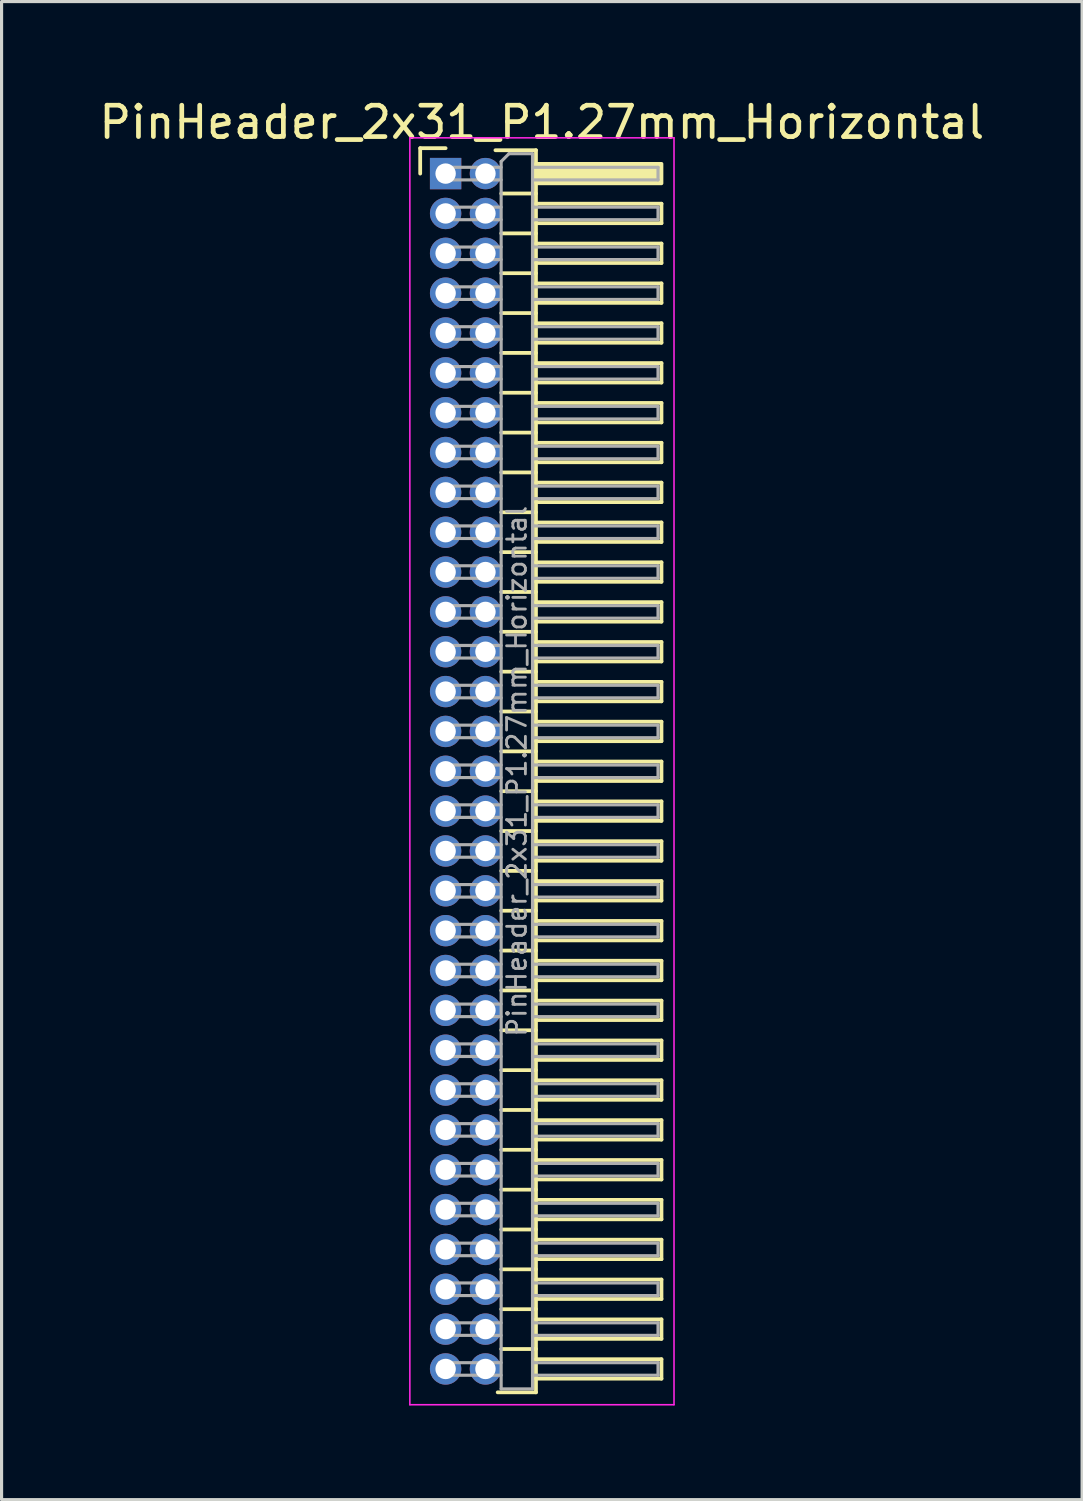
<source format=kicad_pcb>
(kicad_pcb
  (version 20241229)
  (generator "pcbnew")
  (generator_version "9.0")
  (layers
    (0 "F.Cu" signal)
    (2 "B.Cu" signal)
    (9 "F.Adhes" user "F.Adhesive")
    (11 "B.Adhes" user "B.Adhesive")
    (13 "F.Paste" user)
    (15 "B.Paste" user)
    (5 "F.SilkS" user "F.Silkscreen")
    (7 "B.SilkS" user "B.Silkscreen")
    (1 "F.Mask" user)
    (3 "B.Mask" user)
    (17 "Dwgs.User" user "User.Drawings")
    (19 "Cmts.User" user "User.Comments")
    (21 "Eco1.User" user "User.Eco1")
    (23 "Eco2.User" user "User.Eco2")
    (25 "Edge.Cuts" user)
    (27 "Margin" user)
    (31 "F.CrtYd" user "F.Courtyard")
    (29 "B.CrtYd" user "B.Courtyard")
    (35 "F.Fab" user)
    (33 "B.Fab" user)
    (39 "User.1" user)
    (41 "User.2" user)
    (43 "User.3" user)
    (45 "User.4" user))
  (footprint "PinHeader_2x31_P1.27mm_Horizontal"
    (layer "F.Cu")
    (at 11.153 2.483)
    (property "Reference" "PinHeader_2x31_P1.27mm_Horizontal" (at 3.067 -1.635 0) (layer "F.SilkS") (effects (font (size 1 1) (thickness 0.15))))
    (attr through_hole)
    (fp_line (start -0.81 -0.81) (end 0 -0.81) (stroke (width 0.12) (type solid)) (layer "F.SilkS"))
    (fp_line (start -0.81 0) (end -0.81 -0.81) (stroke (width 0.12) (type solid)) (layer "F.SilkS"))
    (fp_line (start 1.588 -0.745) (end 2.88 -0.745) (stroke (width 0.12) (type solid)) (layer "F.SilkS"))
    (fp_line (start 1.773 0.635) (end 2.88 0.635) (stroke (width 0.12) (type solid)) (layer "F.SilkS"))
    (fp_line (start 1.773 1.905) (end 2.88 1.905) (stroke (width 0.12) (type solid)) (layer "F.SilkS"))
    (fp_line (start 1.773 3.175) (end 2.88 3.175) (stroke (width 0.12) (type solid)) (layer "F.SilkS"))
    (fp_line (start 1.773 4.445) (end 2.88 4.445) (stroke (width 0.12) (type solid)) (layer "F.SilkS"))
    (fp_line (start 1.773 5.715) (end 2.88 5.715) (stroke (width 0.12) (type solid)) (layer "F.SilkS"))
    (fp_line (start 1.773 6.985) (end 2.88 6.985) (stroke (width 0.12) (type solid)) (layer "F.SilkS"))
    (fp_line (start 1.773 8.255) (end 2.88 8.255) (stroke (width 0.12) (type solid)) (layer "F.SilkS"))
    (fp_line (start 1.773 9.525) (end 2.88 9.525) (stroke (width 0.12) (type solid)) (layer "F.SilkS"))
    (fp_line (start 1.773 10.795) (end 2.88 10.795) (stroke (width 0.12) (type solid)) (layer "F.SilkS"))
    (fp_line (start 1.773 12.065) (end 2.88 12.065) (stroke (width 0.12) (type solid)) (layer "F.SilkS"))
    (fp_line (start 1.773 13.335) (end 2.88 13.335) (stroke (width 0.12) (type solid)) (layer "F.SilkS"))
    (fp_line (start 1.773 14.605) (end 2.88 14.605) (stroke (width 0.12) (type solid)) (layer "F.SilkS"))
    (fp_line (start 1.773 15.875) (end 2.88 15.875) (stroke (width 0.12) (type solid)) (layer "F.SilkS"))
    (fp_line (start 1.773 17.145) (end 2.88 17.145) (stroke (width 0.12) (type solid)) (layer "F.SilkS"))
    (fp_line (start 1.773 18.415) (end 2.88 18.415) (stroke (width 0.12) (type solid)) (layer "F.SilkS"))
    (fp_line (start 1.773 19.685) (end 2.88 19.685) (stroke (width 0.12) (type solid)) (layer "F.SilkS"))
    (fp_line (start 1.773 20.955) (end 2.88 20.955) (stroke (width 0.12) (type solid)) (layer "F.SilkS"))
    (fp_line (start 1.773 22.225) (end 2.88 22.225) (stroke (width 0.12) (type solid)) (layer "F.SilkS"))
    (fp_line (start 1.773 23.495) (end 2.88 23.495) (stroke (width 0.12) (type solid)) (layer "F.SilkS"))
    (fp_line (start 1.773 24.765) (end 2.88 24.765) (stroke (width 0.12) (type solid)) (layer "F.SilkS"))
    (fp_line (start 1.773 26.035) (end 2.88 26.035) (stroke (width 0.12) (type solid)) (layer "F.SilkS"))
    (fp_line (start 1.773 27.305) (end 2.88 27.305) (stroke (width 0.12) (type solid)) (layer "F.SilkS"))
    (fp_line (start 1.773 28.575) (end 2.88 28.575) (stroke (width 0.12) (type solid)) (layer "F.SilkS"))
    (fp_line (start 1.773 29.845) (end 2.88 29.845) (stroke (width 0.12) (type solid)) (layer "F.SilkS"))
    (fp_line (start 1.773 31.115) (end 2.88 31.115) (stroke (width 0.12) (type solid)) (layer "F.SilkS"))
    (fp_line (start 1.773 32.385) (end 2.88 32.385) (stroke (width 0.12) (type solid)) (layer "F.SilkS"))
    (fp_line (start 1.773 33.655) (end 2.88 33.655) (stroke (width 0.12) (type solid)) (layer "F.SilkS"))
    (fp_line (start 1.773 34.925) (end 2.88 34.925) (stroke (width 0.12) (type solid)) (layer "F.SilkS"))
    (fp_line (start 1.773 36.195) (end 2.88 36.195) (stroke (width 0.12) (type solid)) (layer "F.SilkS"))
    (fp_line (start 1.773 37.465) (end 2.88 37.465) (stroke (width 0.12) (type solid)) (layer "F.SilkS"))
    (fp_line (start 2.88 -0.745) (end 2.88 38.845) (stroke (width 0.12) (type solid)) (layer "F.SilkS"))
    (fp_line (start 2.88 0.96) (end 6.88 0.96) (stroke (width 0.12) (type solid)) (layer "F.SilkS"))
    (fp_line (start 2.88 2.23) (end 6.88 2.23) (stroke (width 0.12) (type solid)) (layer "F.SilkS"))
    (fp_line (start 2.88 3.5) (end 6.88 3.5) (stroke (width 0.12) (type solid)) (layer "F.SilkS"))
    (fp_line (start 2.88 4.77) (end 6.88 4.77) (stroke (width 0.12) (type solid)) (layer "F.SilkS"))
    (fp_line (start 2.88 6.04) (end 6.88 6.04) (stroke (width 0.12) (type solid)) (layer "F.SilkS"))
    (fp_line (start 2.88 7.31) (end 6.88 7.31) (stroke (width 0.12) (type solid)) (layer "F.SilkS"))
    (fp_line (start 2.88 8.58) (end 6.88 8.58) (stroke (width 0.12) (type solid)) (layer "F.SilkS"))
    (fp_line (start 2.88 9.85) (end 6.88 9.85) (stroke (width 0.12) (type solid)) (layer "F.SilkS"))
    (fp_line (start 2.88 11.12) (end 6.88 11.12) (stroke (width 0.12) (type solid)) (layer "F.SilkS"))
    (fp_line (start 2.88 12.39) (end 6.88 12.39) (stroke (width 0.12) (type solid)) (layer "F.SilkS"))
    (fp_line (start 2.88 13.66) (end 6.88 13.66) (stroke (width 0.12) (type solid)) (layer "F.SilkS"))
    (fp_line (start 2.88 14.93) (end 6.88 14.93) (stroke (width 0.12) (type solid)) (layer "F.SilkS"))
    (fp_line (start 2.88 16.2) (end 6.88 16.2) (stroke (width 0.12) (type solid)) (layer "F.SilkS"))
    (fp_line (start 2.88 17.47) (end 6.88 17.47) (stroke (width 0.12) (type solid)) (layer "F.SilkS"))
    (fp_line (start 2.88 18.74) (end 6.88 18.74) (stroke (width 0.12) (type solid)) (layer "F.SilkS"))
    (fp_line (start 2.88 20.01) (end 6.88 20.01) (stroke (width 0.12) (type solid)) (layer "F.SilkS"))
    (fp_line (start 2.88 21.28) (end 6.88 21.28) (stroke (width 0.12) (type solid)) (layer "F.SilkS"))
    (fp_line (start 2.88 22.55) (end 6.88 22.55) (stroke (width 0.12) (type solid)) (layer "F.SilkS"))
    (fp_line (start 2.88 23.82) (end 6.88 23.82) (stroke (width 0.12) (type solid)) (layer "F.SilkS"))
    (fp_line (start 2.88 25.09) (end 6.88 25.09) (stroke (width 0.12) (type solid)) (layer "F.SilkS"))
    (fp_line (start 2.88 26.36) (end 6.88 26.36) (stroke (width 0.12) (type solid)) (layer "F.SilkS"))
    (fp_line (start 2.88 27.63) (end 6.88 27.63) (stroke (width 0.12) (type solid)) (layer "F.SilkS"))
    (fp_line (start 2.88 28.9) (end 6.88 28.9) (stroke (width 0.12) (type solid)) (layer "F.SilkS"))
    (fp_line (start 2.88 30.17) (end 6.88 30.17) (stroke (width 0.12) (type solid)) (layer "F.SilkS"))
    (fp_line (start 2.88 31.44) (end 6.88 31.44) (stroke (width 0.12) (type solid)) (layer "F.SilkS"))
    (fp_line (start 2.88 32.71) (end 6.88 32.71) (stroke (width 0.12) (type solid)) (layer "F.SilkS"))
    (fp_line (start 2.88 33.98) (end 6.88 33.98) (stroke (width 0.12) (type solid)) (layer "F.SilkS"))
    (fp_line (start 2.88 35.25) (end 6.88 35.25) (stroke (width 0.12) (type solid)) (layer "F.SilkS"))
    (fp_line (start 2.88 36.52) (end 6.88 36.52) (stroke (width 0.12) (type solid)) (layer "F.SilkS"))
    (fp_line (start 2.88 37.79) (end 6.88 37.79) (stroke (width 0.12) (type solid)) (layer "F.SilkS"))
    (fp_line (start 2.88 38.845) (end 1.66 38.845) (stroke (width 0.12) (type solid)) (layer "F.SilkS"))
    (fp_line (start 6.88 0.96) (end 6.88 1.58) (stroke (width 0.12) (type solid)) (layer "F.SilkS"))
    (fp_line (start 6.88 1.58) (end 2.88 1.58) (stroke (width 0.12) (type solid)) (layer "F.SilkS"))
    (fp_line (start 6.88 2.23) (end 6.88 2.85) (stroke (width 0.12) (type solid)) (layer "F.SilkS"))
    (fp_line (start 6.88 2.85) (end 2.88 2.85) (stroke (width 0.12) (type solid)) (layer "F.SilkS"))
    (fp_line (start 6.88 3.5) (end 6.88 4.12) (stroke (width 0.12) (type solid)) (layer "F.SilkS"))
    (fp_line (start 6.88 4.12) (end 2.88 4.12) (stroke (width 0.12) (type solid)) (layer "F.SilkS"))
    (fp_line (start 6.88 4.77) (end 6.88 5.39) (stroke (width 0.12) (type solid)) (layer "F.SilkS"))
    (fp_line (start 6.88 5.39) (end 2.88 5.39) (stroke (width 0.12) (type solid)) (layer "F.SilkS"))
    (fp_line (start 6.88 6.04) (end 6.88 6.66) (stroke (width 0.12) (type solid)) (layer "F.SilkS"))
    (fp_line (start 6.88 6.66) (end 2.88 6.66) (stroke (width 0.12) (type solid)) (layer "F.SilkS"))
    (fp_line (start 6.88 7.31) (end 6.88 7.93) (stroke (width 0.12) (type solid)) (layer "F.SilkS"))
    (fp_line (start 6.88 7.93) (end 2.88 7.93) (stroke (width 0.12) (type solid)) (layer "F.SilkS"))
    (fp_line (start 6.88 8.58) (end 6.88 9.2) (stroke (width 0.12) (type solid)) (layer "F.SilkS"))
    (fp_line (start 6.88 9.2) (end 2.88 9.2) (stroke (width 0.12) (type solid)) (layer "F.SilkS"))
    (fp_line (start 6.88 9.85) (end 6.88 10.47) (stroke (width 0.12) (type solid)) (layer "F.SilkS"))
    (fp_line (start 6.88 10.47) (end 2.88 10.47) (stroke (width 0.12) (type solid)) (layer "F.SilkS"))
    (fp_line (start 6.88 11.12) (end 6.88 11.74) (stroke (width 0.12) (type solid)) (layer "F.SilkS"))
    (fp_line (start 6.88 11.74) (end 2.88 11.74) (stroke (width 0.12) (type solid)) (layer "F.SilkS"))
    (fp_line (start 6.88 12.39) (end 6.88 13.01) (stroke (width 0.12) (type solid)) (layer "F.SilkS"))
    (fp_line (start 6.88 13.01) (end 2.88 13.01) (stroke (width 0.12) (type solid)) (layer "F.SilkS"))
    (fp_line (start 6.88 13.66) (end 6.88 14.28) (stroke (width 0.12) (type solid)) (layer "F.SilkS"))
    (fp_line (start 6.88 14.28) (end 2.88 14.28) (stroke (width 0.12) (type solid)) (layer "F.SilkS"))
    (fp_line (start 6.88 14.93) (end 6.88 15.55) (stroke (width 0.12) (type solid)) (layer "F.SilkS"))
    (fp_line (start 6.88 15.55) (end 2.88 15.55) (stroke (width 0.12) (type solid)) (layer "F.SilkS"))
    (fp_line (start 6.88 16.2) (end 6.88 16.82) (stroke (width 0.12) (type solid)) (layer "F.SilkS"))
    (fp_line (start 6.88 16.82) (end 2.88 16.82) (stroke (width 0.12) (type solid)) (layer "F.SilkS"))
    (fp_line (start 6.88 17.47) (end 6.88 18.09) (stroke (width 0.12) (type solid)) (layer "F.SilkS"))
    (fp_line (start 6.88 18.09) (end 2.88 18.09) (stroke (width 0.12) (type solid)) (layer "F.SilkS"))
    (fp_line (start 6.88 18.74) (end 6.88 19.36) (stroke (width 0.12) (type solid)) (layer "F.SilkS"))
    (fp_line (start 6.88 19.36) (end 2.88 19.36) (stroke (width 0.12) (type solid)) (layer "F.SilkS"))
    (fp_line (start 6.88 20.01) (end 6.88 20.63) (stroke (width 0.12) (type solid)) (layer "F.SilkS"))
    (fp_line (start 6.88 20.63) (end 2.88 20.63) (stroke (width 0.12) (type solid)) (layer "F.SilkS"))
    (fp_line (start 6.88 21.28) (end 6.88 21.9) (stroke (width 0.12) (type solid)) (layer "F.SilkS"))
    (fp_line (start 6.88 21.9) (end 2.88 21.9) (stroke (width 0.12) (type solid)) (layer "F.SilkS"))
    (fp_line (start 6.88 22.55) (end 6.88 23.17) (stroke (width 0.12) (type solid)) (layer "F.SilkS"))
    (fp_line (start 6.88 23.17) (end 2.88 23.17) (stroke (width 0.12) (type solid)) (layer "F.SilkS"))
    (fp_line (start 6.88 23.82) (end 6.88 24.44) (stroke (width 0.12) (type solid)) (layer "F.SilkS"))
    (fp_line (start 6.88 24.44) (end 2.88 24.44) (stroke (width 0.12) (type solid)) (layer "F.SilkS"))
    (fp_line (start 6.88 25.09) (end 6.88 25.71) (stroke (width 0.12) (type solid)) (layer "F.SilkS"))
    (fp_line (start 6.88 25.71) (end 2.88 25.71) (stroke (width 0.12) (type solid)) (layer "F.SilkS"))
    (fp_line (start 6.88 26.36) (end 6.88 26.98) (stroke (width 0.12) (type solid)) (layer "F.SilkS"))
    (fp_line (start 6.88 26.98) (end 2.88 26.98) (stroke (width 0.12) (type solid)) (layer "F.SilkS"))
    (fp_line (start 6.88 27.63) (end 6.88 28.25) (stroke (width 0.12) (type solid)) (layer "F.SilkS"))
    (fp_line (start 6.88 28.25) (end 2.88 28.25) (stroke (width 0.12) (type solid)) (layer "F.SilkS"))
    (fp_line (start 6.88 28.9) (end 6.88 29.52) (stroke (width 0.12) (type solid)) (layer "F.SilkS"))
    (fp_line (start 6.88 29.52) (end 2.88 29.52) (stroke (width 0.12) (type solid)) (layer "F.SilkS"))
    (fp_line (start 6.88 30.17) (end 6.88 30.79) (stroke (width 0.12) (type solid)) (layer "F.SilkS"))
    (fp_line (start 6.88 30.79) (end 2.88 30.79) (stroke (width 0.12) (type solid)) (layer "F.SilkS"))
    (fp_line (start 6.88 31.44) (end 6.88 32.06) (stroke (width 0.12) (type solid)) (layer "F.SilkS"))
    (fp_line (start 6.88 32.06) (end 2.88 32.06) (stroke (width 0.12) (type solid)) (layer "F.SilkS"))
    (fp_line (start 6.88 32.71) (end 6.88 33.33) (stroke (width 0.12) (type solid)) (layer "F.SilkS"))
    (fp_line (start 6.88 33.33) (end 2.88 33.33) (stroke (width 0.12) (type solid)) (layer "F.SilkS"))
    (fp_line (start 6.88 33.98) (end 6.88 34.6) (stroke (width 0.12) (type solid)) (layer "F.SilkS"))
    (fp_line (start 6.88 34.6) (end 2.88 34.6) (stroke (width 0.12) (type solid)) (layer "F.SilkS"))
    (fp_line (start 6.88 35.25) (end 6.88 35.87) (stroke (width 0.12) (type solid)) (layer "F.SilkS"))
    (fp_line (start 6.88 35.87) (end 2.88 35.87) (stroke (width 0.12) (type solid)) (layer "F.SilkS"))
    (fp_line (start 6.88 36.52) (end 6.88 37.14) (stroke (width 0.12) (type solid)) (layer "F.SilkS"))
    (fp_line (start 6.88 37.14) (end 2.88 37.14) (stroke (width 0.12) (type solid)) (layer "F.SilkS"))
    (fp_line (start 6.88 37.79) (end 6.88 38.41) (stroke (width 0.12) (type solid)) (layer "F.SilkS"))
    (fp_line (start 6.88 38.41) (end 2.88 38.41) (stroke (width 0.12) (type solid)) (layer "F.SilkS"))
    (fp_rect (start 2.88 -0.31) (end 6.88 0.31) (stroke (width 0.12) (type solid)) (fill yes) (layer "F.SilkS"))
    (fp_line (start -1.14 -1.14) (end -1.14 39.24) (stroke (width 0.05) (type solid)) (layer "F.CrtYd"))
    (fp_line (start -1.14 39.24) (end 7.28 39.24) (stroke (width 0.05) (type solid)) (layer "F.CrtYd"))
    (fp_line (start 7.28 -1.14) (end -1.14 -1.14) (stroke (width 0.05) (type solid)) (layer "F.CrtYd"))
    (fp_line (start 7.28 39.24) (end 7.28 -1.14) (stroke (width 0.05) (type solid)) (layer "F.CrtYd"))
    (fp_line (start -0.2 -0.2) (end -0.2 0.2) (stroke (width 0.1) (type solid)) (layer "F.Fab"))
    (fp_line (start -0.2 -0.2) (end 1.77 -0.2) (stroke (width 0.1) (type solid)) (layer "F.Fab"))
    (fp_line (start -0.2 0.2) (end 1.77 0.2) (stroke (width 0.1) (type solid)) (layer "F.Fab"))
    (fp_line (start -0.2 1.07) (end -0.2 1.47) (stroke (width 0.1) (type solid)) (layer "F.Fab"))
    (fp_line (start -0.2 1.07) (end 1.77 1.07) (stroke (width 0.1) (type solid)) (layer "F.Fab"))
    (fp_line (start -0.2 1.47) (end 1.77 1.47) (stroke (width 0.1) (type solid)) (layer "F.Fab"))
    (fp_line (start -0.2 2.34) (end -0.2 2.74) (stroke (width 0.1) (type solid)) (layer "F.Fab"))
    (fp_line (start -0.2 2.34) (end 1.77 2.34) (stroke (width 0.1) (type solid)) (layer "F.Fab"))
    (fp_line (start -0.2 2.74) (end 1.77 2.74) (stroke (width 0.1) (type solid)) (layer "F.Fab"))
    (fp_line (start -0.2 3.61) (end -0.2 4.01) (stroke (width 0.1) (type solid)) (layer "F.Fab"))
    (fp_line (start -0.2 3.61) (end 1.77 3.61) (stroke (width 0.1) (type solid)) (layer "F.Fab"))
    (fp_line (start -0.2 4.01) (end 1.77 4.01) (stroke (width 0.1) (type solid)) (layer "F.Fab"))
    (fp_line (start -0.2 4.88) (end -0.2 5.28) (stroke (width 0.1) (type solid)) (layer "F.Fab"))
    (fp_line (start -0.2 4.88) (end 1.77 4.88) (stroke (width 0.1) (type solid)) (layer "F.Fab"))
    (fp_line (start -0.2 5.28) (end 1.77 5.28) (stroke (width 0.1) (type solid)) (layer "F.Fab"))
    (fp_line (start -0.2 6.15) (end -0.2 6.55) (stroke (width 0.1) (type solid)) (layer "F.Fab"))
    (fp_line (start -0.2 6.15) (end 1.77 6.15) (stroke (width 0.1) (type solid)) (layer "F.Fab"))
    (fp_line (start -0.2 6.55) (end 1.77 6.55) (stroke (width 0.1) (type solid)) (layer "F.Fab"))
    (fp_line (start -0.2 7.42) (end -0.2 7.82) (stroke (width 0.1) (type solid)) (layer "F.Fab"))
    (fp_line (start -0.2 7.42) (end 1.77 7.42) (stroke (width 0.1) (type solid)) (layer "F.Fab"))
    (fp_line (start -0.2 7.82) (end 1.77 7.82) (stroke (width 0.1) (type solid)) (layer "F.Fab"))
    (fp_line (start -0.2 8.69) (end -0.2 9.09) (stroke (width 0.1) (type solid)) (layer "F.Fab"))
    (fp_line (start -0.2 8.69) (end 1.77 8.69) (stroke (width 0.1) (type solid)) (layer "F.Fab"))
    (fp_line (start -0.2 9.09) (end 1.77 9.09) (stroke (width 0.1) (type solid)) (layer "F.Fab"))
    (fp_line (start -0.2 9.96) (end -0.2 10.36) (stroke (width 0.1) (type solid)) (layer "F.Fab"))
    (fp_line (start -0.2 9.96) (end 1.77 9.96) (stroke (width 0.1) (type solid)) (layer "F.Fab"))
    (fp_line (start -0.2 10.36) (end 1.77 10.36) (stroke (width 0.1) (type solid)) (layer "F.Fab"))
    (fp_line (start -0.2 11.23) (end -0.2 11.63) (stroke (width 0.1) (type solid)) (layer "F.Fab"))
    (fp_line (start -0.2 11.23) (end 1.77 11.23) (stroke (width 0.1) (type solid)) (layer "F.Fab"))
    (fp_line (start -0.2 11.63) (end 1.77 11.63) (stroke (width 0.1) (type solid)) (layer "F.Fab"))
    (fp_line (start -0.2 12.5) (end -0.2 12.9) (stroke (width 0.1) (type solid)) (layer "F.Fab"))
    (fp_line (start -0.2 12.5) (end 1.77 12.5) (stroke (width 0.1) (type solid)) (layer "F.Fab"))
    (fp_line (start -0.2 12.9) (end 1.77 12.9) (stroke (width 0.1) (type solid)) (layer "F.Fab"))
    (fp_line (start -0.2 13.77) (end -0.2 14.17) (stroke (width 0.1) (type solid)) (layer "F.Fab"))
    (fp_line (start -0.2 13.77) (end 1.77 13.77) (stroke (width 0.1) (type solid)) (layer "F.Fab"))
    (fp_line (start -0.2 14.17) (end 1.77 14.17) (stroke (width 0.1) (type solid)) (layer "F.Fab"))
    (fp_line (start -0.2 15.04) (end -0.2 15.44) (stroke (width 0.1) (type solid)) (layer "F.Fab"))
    (fp_line (start -0.2 15.04) (end 1.77 15.04) (stroke (width 0.1) (type solid)) (layer "F.Fab"))
    (fp_line (start -0.2 15.44) (end 1.77 15.44) (stroke (width 0.1) (type solid)) (layer "F.Fab"))
    (fp_line (start -0.2 16.31) (end -0.2 16.71) (stroke (width 0.1) (type solid)) (layer "F.Fab"))
    (fp_line (start -0.2 16.31) (end 1.77 16.31) (stroke (width 0.1) (type solid)) (layer "F.Fab"))
    (fp_line (start -0.2 16.71) (end 1.77 16.71) (stroke (width 0.1) (type solid)) (layer "F.Fab"))
    (fp_line (start -0.2 17.58) (end -0.2 17.98) (stroke (width 0.1) (type solid)) (layer "F.Fab"))
    (fp_line (start -0.2 17.58) (end 1.77 17.58) (stroke (width 0.1) (type solid)) (layer "F.Fab"))
    (fp_line (start -0.2 17.98) (end 1.77 17.98) (stroke (width 0.1) (type solid)) (layer "F.Fab"))
    (fp_line (start -0.2 18.85) (end -0.2 19.25) (stroke (width 0.1) (type solid)) (layer "F.Fab"))
    (fp_line (start -0.2 18.85) (end 1.77 18.85) (stroke (width 0.1) (type solid)) (layer "F.Fab"))
    (fp_line (start -0.2 19.25) (end 1.77 19.25) (stroke (width 0.1) (type solid)) (layer "F.Fab"))
    (fp_line (start -0.2 20.12) (end -0.2 20.52) (stroke (width 0.1) (type solid)) (layer "F.Fab"))
    (fp_line (start -0.2 20.12) (end 1.77 20.12) (stroke (width 0.1) (type solid)) (layer "F.Fab"))
    (fp_line (start -0.2 20.52) (end 1.77 20.52) (stroke (width 0.1) (type solid)) (layer "F.Fab"))
    (fp_line (start -0.2 21.39) (end -0.2 21.79) (stroke (width 0.1) (type solid)) (layer "F.Fab"))
    (fp_line (start -0.2 21.39) (end 1.77 21.39) (stroke (width 0.1) (type solid)) (layer "F.Fab"))
    (fp_line (start -0.2 21.79) (end 1.77 21.79) (stroke (width 0.1) (type solid)) (layer "F.Fab"))
    (fp_line (start -0.2 22.66) (end -0.2 23.06) (stroke (width 0.1) (type solid)) (layer "F.Fab"))
    (fp_line (start -0.2 22.66) (end 1.77 22.66) (stroke (width 0.1) (type solid)) (layer "F.Fab"))
    (fp_line (start -0.2 23.06) (end 1.77 23.06) (stroke (width 0.1) (type solid)) (layer "F.Fab"))
    (fp_line (start -0.2 23.93) (end -0.2 24.33) (stroke (width 0.1) (type solid)) (layer "F.Fab"))
    (fp_line (start -0.2 23.93) (end 1.77 23.93) (stroke (width 0.1) (type solid)) (layer "F.Fab"))
    (fp_line (start -0.2 24.33) (end 1.77 24.33) (stroke (width 0.1) (type solid)) (layer "F.Fab"))
    (fp_line (start -0.2 25.2) (end -0.2 25.6) (stroke (width 0.1) (type solid)) (layer "F.Fab"))
    (fp_line (start -0.2 25.2) (end 1.77 25.2) (stroke (width 0.1) (type solid)) (layer "F.Fab"))
    (fp_line (start -0.2 25.6) (end 1.77 25.6) (stroke (width 0.1) (type solid)) (layer "F.Fab"))
    (fp_line (start -0.2 26.47) (end -0.2 26.87) (stroke (width 0.1) (type solid)) (layer "F.Fab"))
    (fp_line (start -0.2 26.47) (end 1.77 26.47) (stroke (width 0.1) (type solid)) (layer "F.Fab"))
    (fp_line (start -0.2 26.87) (end 1.77 26.87) (stroke (width 0.1) (type solid)) (layer "F.Fab"))
    (fp_line (start -0.2 27.74) (end -0.2 28.14) (stroke (width 0.1) (type solid)) (layer "F.Fab"))
    (fp_line (start -0.2 27.74) (end 1.77 27.74) (stroke (width 0.1) (type solid)) (layer "F.Fab"))
    (fp_line (start -0.2 28.14) (end 1.77 28.14) (stroke (width 0.1) (type solid)) (layer "F.Fab"))
    (fp_line (start -0.2 29.01) (end -0.2 29.41) (stroke (width 0.1) (type solid)) (layer "F.Fab"))
    (fp_line (start -0.2 29.01) (end 1.77 29.01) (stroke (width 0.1) (type solid)) (layer "F.Fab"))
    (fp_line (start -0.2 29.41) (end 1.77 29.41) (stroke (width 0.1) (type solid)) (layer "F.Fab"))
    (fp_line (start -0.2 30.28) (end -0.2 30.68) (stroke (width 0.1) (type solid)) (layer "F.Fab"))
    (fp_line (start -0.2 30.28) (end 1.77 30.28) (stroke (width 0.1) (type solid)) (layer "F.Fab"))
    (fp_line (start -0.2 30.68) (end 1.77 30.68) (stroke (width 0.1) (type solid)) (layer "F.Fab"))
    (fp_line (start -0.2 31.55) (end -0.2 31.95) (stroke (width 0.1) (type solid)) (layer "F.Fab"))
    (fp_line (start -0.2 31.55) (end 1.77 31.55) (stroke (width 0.1) (type solid)) (layer "F.Fab"))
    (fp_line (start -0.2 31.95) (end 1.77 31.95) (stroke (width 0.1) (type solid)) (layer "F.Fab"))
    (fp_line (start -0.2 32.82) (end -0.2 33.22) (stroke (width 0.1) (type solid)) (layer "F.Fab"))
    (fp_line (start -0.2 32.82) (end 1.77 32.82) (stroke (width 0.1) (type solid)) (layer "F.Fab"))
    (fp_line (start -0.2 33.22) (end 1.77 33.22) (stroke (width 0.1) (type solid)) (layer "F.Fab"))
    (fp_line (start -0.2 34.09) (end -0.2 34.49) (stroke (width 0.1) (type solid)) (layer "F.Fab"))
    (fp_line (start -0.2 34.09) (end 1.77 34.09) (stroke (width 0.1) (type solid)) (layer "F.Fab"))
    (fp_line (start -0.2 34.49) (end 1.77 34.49) (stroke (width 0.1) (type solid)) (layer "F.Fab"))
    (fp_line (start -0.2 35.36) (end -0.2 35.76) (stroke (width 0.1) (type solid)) (layer "F.Fab"))
    (fp_line (start -0.2 35.36) (end 1.77 35.36) (stroke (width 0.1) (type solid)) (layer "F.Fab"))
    (fp_line (start -0.2 35.76) (end 1.77 35.76) (stroke (width 0.1) (type solid)) (layer "F.Fab"))
    (fp_line (start -0.2 36.63) (end -0.2 37.03) (stroke (width 0.1) (type solid)) (layer "F.Fab"))
    (fp_line (start -0.2 36.63) (end 1.77 36.63) (stroke (width 0.1) (type solid)) (layer "F.Fab"))
    (fp_line (start -0.2 37.03) (end 1.77 37.03) (stroke (width 0.1) (type solid)) (layer "F.Fab"))
    (fp_line (start -0.2 37.9) (end -0.2 38.3) (stroke (width 0.1) (type solid)) (layer "F.Fab"))
    (fp_line (start -0.2 37.9) (end 1.77 37.9) (stroke (width 0.1) (type solid)) (layer "F.Fab"))
    (fp_line (start -0.2 38.3) (end 1.77 38.3) (stroke (width 0.1) (type solid)) (layer "F.Fab"))
    (fp_line (start 1.77 -0.385) (end 2.02 -0.635) (stroke (width 0.1) (type solid)) (layer "F.Fab"))
    (fp_line (start 1.77 38.735) (end 1.77 -0.385) (stroke (width 0.1) (type solid)) (layer "F.Fab"))
    (fp_line (start 2.02 -0.635) (end 2.77 -0.635) (stroke (width 0.1) (type solid)) (layer "F.Fab"))
    (fp_line (start 2.77 -0.635) (end 2.77 38.735) (stroke (width 0.1) (type solid)) (layer "F.Fab"))
    (fp_line (start 2.77 -0.2) (end 6.77 -0.2) (stroke (width 0.1) (type solid)) (layer "F.Fab"))
    (fp_line (start 2.77 0.2) (end 6.77 0.2) (stroke (width 0.1) (type solid)) (layer "F.Fab"))
    (fp_line (start 2.77 1.07) (end 6.77 1.07) (stroke (width 0.1) (type solid)) (layer "F.Fab"))
    (fp_line (start 2.77 1.47) (end 6.77 1.47) (stroke (width 0.1) (type solid)) (layer "F.Fab"))
    (fp_line (start 2.77 2.34) (end 6.77 2.34) (stroke (width 0.1) (type solid)) (layer "F.Fab"))
    (fp_line (start 2.77 2.74) (end 6.77 2.74) (stroke (width 0.1) (type solid)) (layer "F.Fab"))
    (fp_line (start 2.77 3.61) (end 6.77 3.61) (stroke (width 0.1) (type solid)) (layer "F.Fab"))
    (fp_line (start 2.77 4.01) (end 6.77 4.01) (stroke (width 0.1) (type solid)) (layer "F.Fab"))
    (fp_line (start 2.77 4.88) (end 6.77 4.88) (stroke (width 0.1) (type solid)) (layer "F.Fab"))
    (fp_line (start 2.77 5.28) (end 6.77 5.28) (stroke (width 0.1) (type solid)) (layer "F.Fab"))
    (fp_line (start 2.77 6.15) (end 6.77 6.15) (stroke (width 0.1) (type solid)) (layer "F.Fab"))
    (fp_line (start 2.77 6.55) (end 6.77 6.55) (stroke (width 0.1) (type solid)) (layer "F.Fab"))
    (fp_line (start 2.77 7.42) (end 6.77 7.42) (stroke (width 0.1) (type solid)) (layer "F.Fab"))
    (fp_line (start 2.77 7.82) (end 6.77 7.82) (stroke (width 0.1) (type solid)) (layer "F.Fab"))
    (fp_line (start 2.77 8.69) (end 6.77 8.69) (stroke (width 0.1) (type solid)) (layer "F.Fab"))
    (fp_line (start 2.77 9.09) (end 6.77 9.09) (stroke (width 0.1) (type solid)) (layer "F.Fab"))
    (fp_line (start 2.77 9.96) (end 6.77 9.96) (stroke (width 0.1) (type solid)) (layer "F.Fab"))
    (fp_line (start 2.77 10.36) (end 6.77 10.36) (stroke (width 0.1) (type solid)) (layer "F.Fab"))
    (fp_line (start 2.77 11.23) (end 6.77 11.23) (stroke (width 0.1) (type solid)) (layer "F.Fab"))
    (fp_line (start 2.77 11.63) (end 6.77 11.63) (stroke (width 0.1) (type solid)) (layer "F.Fab"))
    (fp_line (start 2.77 12.5) (end 6.77 12.5) (stroke (width 0.1) (type solid)) (layer "F.Fab"))
    (fp_line (start 2.77 12.9) (end 6.77 12.9) (stroke (width 0.1) (type solid)) (layer "F.Fab"))
    (fp_line (start 2.77 13.77) (end 6.77 13.77) (stroke (width 0.1) (type solid)) (layer "F.Fab"))
    (fp_line (start 2.77 14.17) (end 6.77 14.17) (stroke (width 0.1) (type solid)) (layer "F.Fab"))
    (fp_line (start 2.77 15.04) (end 6.77 15.04) (stroke (width 0.1) (type solid)) (layer "F.Fab"))
    (fp_line (start 2.77 15.44) (end 6.77 15.44) (stroke (width 0.1) (type solid)) (layer "F.Fab"))
    (fp_line (start 2.77 16.31) (end 6.77 16.31) (stroke (width 0.1) (type solid)) (layer "F.Fab"))
    (fp_line (start 2.77 16.71) (end 6.77 16.71) (stroke (width 0.1) (type solid)) (layer "F.Fab"))
    (fp_line (start 2.77 17.58) (end 6.77 17.58) (stroke (width 0.1) (type solid)) (layer "F.Fab"))
    (fp_line (start 2.77 17.98) (end 6.77 17.98) (stroke (width 0.1) (type solid)) (layer "F.Fab"))
    (fp_line (start 2.77 18.85) (end 6.77 18.85) (stroke (width 0.1) (type solid)) (layer "F.Fab"))
    (fp_line (start 2.77 19.25) (end 6.77 19.25) (stroke (width 0.1) (type solid)) (layer "F.Fab"))
    (fp_line (start 2.77 20.12) (end 6.77 20.12) (stroke (width 0.1) (type solid)) (layer "F.Fab"))
    (fp_line (start 2.77 20.52) (end 6.77 20.52) (stroke (width 0.1) (type solid)) (layer "F.Fab"))
    (fp_line (start 2.77 21.39) (end 6.77 21.39) (stroke (width 0.1) (type solid)) (layer "F.Fab"))
    (fp_line (start 2.77 21.79) (end 6.77 21.79) (stroke (width 0.1) (type solid)) (layer "F.Fab"))
    (fp_line (start 2.77 22.66) (end 6.77 22.66) (stroke (width 0.1) (type solid)) (layer "F.Fab"))
    (fp_line (start 2.77 23.06) (end 6.77 23.06) (stroke (width 0.1) (type solid)) (layer "F.Fab"))
    (fp_line (start 2.77 23.93) (end 6.77 23.93) (stroke (width 0.1) (type solid)) (layer "F.Fab"))
    (fp_line (start 2.77 24.33) (end 6.77 24.33) (stroke (width 0.1) (type solid)) (layer "F.Fab"))
    (fp_line (start 2.77 25.2) (end 6.77 25.2) (stroke (width 0.1) (type solid)) (layer "F.Fab"))
    (fp_line (start 2.77 25.6) (end 6.77 25.6) (stroke (width 0.1) (type solid)) (layer "F.Fab"))
    (fp_line (start 2.77 26.47) (end 6.77 26.47) (stroke (width 0.1) (type solid)) (layer "F.Fab"))
    (fp_line (start 2.77 26.87) (end 6.77 26.87) (stroke (width 0.1) (type solid)) (layer "F.Fab"))
    (fp_line (start 2.77 27.74) (end 6.77 27.74) (stroke (width 0.1) (type solid)) (layer "F.Fab"))
    (fp_line (start 2.77 28.14) (end 6.77 28.14) (stroke (width 0.1) (type solid)) (layer "F.Fab"))
    (fp_line (start 2.77 29.01) (end 6.77 29.01) (stroke (width 0.1) (type solid)) (layer "F.Fab"))
    (fp_line (start 2.77 29.41) (end 6.77 29.41) (stroke (width 0.1) (type solid)) (layer "F.Fab"))
    (fp_line (start 2.77 30.28) (end 6.77 30.28) (stroke (width 0.1) (type solid)) (layer "F.Fab"))
    (fp_line (start 2.77 30.68) (end 6.77 30.68) (stroke (width 0.1) (type solid)) (layer "F.Fab"))
    (fp_line (start 2.77 31.55) (end 6.77 31.55) (stroke (width 0.1) (type solid)) (layer "F.Fab"))
    (fp_line (start 2.77 31.95) (end 6.77 31.95) (stroke (width 0.1) (type solid)) (layer "F.Fab"))
    (fp_line (start 2.77 32.82) (end 6.77 32.82) (stroke (width 0.1) (type solid)) (layer "F.Fab"))
    (fp_line (start 2.77 33.22) (end 6.77 33.22) (stroke (width 0.1) (type solid)) (layer "F.Fab"))
    (fp_line (start 2.77 34.09) (end 6.77 34.09) (stroke (width 0.1) (type solid)) (layer "F.Fab"))
    (fp_line (start 2.77 34.49) (end 6.77 34.49) (stroke (width 0.1) (type solid)) (layer "F.Fab"))
    (fp_line (start 2.77 35.36) (end 6.77 35.36) (stroke (width 0.1) (type solid)) (layer "F.Fab"))
    (fp_line (start 2.77 35.76) (end 6.77 35.76) (stroke (width 0.1) (type solid)) (layer "F.Fab"))
    (fp_line (start 2.77 36.63) (end 6.77 36.63) (stroke (width 0.1) (type solid)) (layer "F.Fab"))
    (fp_line (start 2.77 37.03) (end 6.77 37.03) (stroke (width 0.1) (type solid)) (layer "F.Fab"))
    (fp_line (start 2.77 37.9) (end 6.77 37.9) (stroke (width 0.1) (type solid)) (layer "F.Fab"))
    (fp_line (start 2.77 38.3) (end 6.77 38.3) (stroke (width 0.1) (type solid)) (layer "F.Fab"))
    (fp_line (start 2.77 38.735) (end 1.77 38.735) (stroke (width 0.1) (type solid)) (layer "F.Fab"))
    (fp_line (start 6.77 -0.2) (end 6.77 0.2) (stroke (width 0.1) (type solid)) (layer "F.Fab"))
    (fp_line (start 6.77 1.07) (end 6.77 1.47) (stroke (width 0.1) (type solid)) (layer "F.Fab"))
    (fp_line (start 6.77 2.34) (end 6.77 2.74) (stroke (width 0.1) (type solid)) (layer "F.Fab"))
    (fp_line (start 6.77 3.61) (end 6.77 4.01) (stroke (width 0.1) (type solid)) (layer "F.Fab"))
    (fp_line (start 6.77 4.88) (end 6.77 5.28) (stroke (width 0.1) (type solid)) (layer "F.Fab"))
    (fp_line (start 6.77 6.15) (end 6.77 6.55) (stroke (width 0.1) (type solid)) (layer "F.Fab"))
    (fp_line (start 6.77 7.42) (end 6.77 7.82) (stroke (width 0.1) (type solid)) (layer "F.Fab"))
    (fp_line (start 6.77 8.69) (end 6.77 9.09) (stroke (width 0.1) (type solid)) (layer "F.Fab"))
    (fp_line (start 6.77 9.96) (end 6.77 10.36) (stroke (width 0.1) (type solid)) (layer "F.Fab"))
    (fp_line (start 6.77 11.23) (end 6.77 11.63) (stroke (width 0.1) (type solid)) (layer "F.Fab"))
    (fp_line (start 6.77 12.5) (end 6.77 12.9) (stroke (width 0.1) (type solid)) (layer "F.Fab"))
    (fp_line (start 6.77 13.77) (end 6.77 14.17) (stroke (width 0.1) (type solid)) (layer "F.Fab"))
    (fp_line (start 6.77 15.04) (end 6.77 15.44) (stroke (width 0.1) (type solid)) (layer "F.Fab"))
    (fp_line (start 6.77 16.31) (end 6.77 16.71) (stroke (width 0.1) (type solid)) (layer "F.Fab"))
    (fp_line (start 6.77 17.58) (end 6.77 17.98) (stroke (width 0.1) (type solid)) (layer "F.Fab"))
    (fp_line (start 6.77 18.85) (end 6.77 19.25) (stroke (width 0.1) (type solid)) (layer "F.Fab"))
    (fp_line (start 6.77 20.12) (end 6.77 20.52) (stroke (width 0.1) (type solid)) (layer "F.Fab"))
    (fp_line (start 6.77 21.39) (end 6.77 21.79) (stroke (width 0.1) (type solid)) (layer "F.Fab"))
    (fp_line (start 6.77 22.66) (end 6.77 23.06) (stroke (width 0.1) (type solid)) (layer "F.Fab"))
    (fp_line (start 6.77 23.93) (end 6.77 24.33) (stroke (width 0.1) (type solid)) (layer "F.Fab"))
    (fp_line (start 6.77 25.2) (end 6.77 25.6) (stroke (width 0.1) (type solid)) (layer "F.Fab"))
    (fp_line (start 6.77 26.47) (end 6.77 26.87) (stroke (width 0.1) (type solid)) (layer "F.Fab"))
    (fp_line (start 6.77 27.74) (end 6.77 28.14) (stroke (width 0.1) (type solid)) (layer "F.Fab"))
    (fp_line (start 6.77 29.01) (end 6.77 29.41) (stroke (width 0.1) (type solid)) (layer "F.Fab"))
    (fp_line (start 6.77 30.28) (end 6.77 30.68) (stroke (width 0.1) (type solid)) (layer "F.Fab"))
    (fp_line (start 6.77 31.55) (end 6.77 31.95) (stroke (width 0.1) (type solid)) (layer "F.Fab"))
    (fp_line (start 6.77 32.82) (end 6.77 33.22) (stroke (width 0.1) (type solid)) (layer "F.Fab"))
    (fp_line (start 6.77 34.09) (end 6.77 34.49) (stroke (width 0.1) (type solid)) (layer "F.Fab"))
    (fp_line (start 6.77 35.36) (end 6.77 35.76) (stroke (width 0.1) (type solid)) (layer "F.Fab"))
    (fp_line (start 6.77 36.63) (end 6.77 37.03) (stroke (width 0.1) (type solid)) (layer "F.Fab"))
    (fp_line (start 6.77 37.9) (end 6.77 38.3) (stroke (width 0.1) (type solid)) (layer "F.Fab"))
    (fp_text user "${REFERENCE}" (at 2.27 19.05 90) (layer "F.Fab") (effects (font (size 0.6 0.6) (thickness 0.09))))
    (pad "1" thru_hole rect (at 0 0) (size 1 1) (drill 0.65) (layers "*.Cu" "*.Mask"))
    (pad "2" thru_hole circle (at 1.27 0) (size 1 1) (drill 0.65) (layers "*.Cu" "*.Mask"))
    (pad "3" thru_hole circle (at 0 1.27) (size 1 1) (drill 0.65) (layers "*.Cu" "*.Mask"))
    (pad "4" thru_hole circle (at 1.27 1.27) (size 1 1) (drill 0.65) (layers "*.Cu" "*.Mask"))
    (pad "5" thru_hole circle (at 0 2.54) (size 1 1) (drill 0.65) (layers "*.Cu" "*.Mask"))
    (pad "6" thru_hole circle (at 1.27 2.54) (size 1 1) (drill 0.65) (layers "*.Cu" "*.Mask"))
    (pad "7" thru_hole circle (at 0 3.81) (size 1 1) (drill 0.65) (layers "*.Cu" "*.Mask"))
    (pad "8" thru_hole circle (at 1.27 3.81) (size 1 1) (drill 0.65) (layers "*.Cu" "*.Mask"))
    (pad "9" thru_hole circle (at 0 5.08) (size 1 1) (drill 0.65) (layers "*.Cu" "*.Mask"))
    (pad "10" thru_hole circle (at 1.27 5.08) (size 1 1) (drill 0.65) (layers "*.Cu" "*.Mask"))
    (pad "11" thru_hole circle (at 0 6.35) (size 1 1) (drill 0.65) (layers "*.Cu" "*.Mask"))
    (pad "12" thru_hole circle (at 1.27 6.35) (size 1 1) (drill 0.65) (layers "*.Cu" "*.Mask"))
    (pad "13" thru_hole circle (at 0 7.62) (size 1 1) (drill 0.65) (layers "*.Cu" "*.Mask"))
    (pad "14" thru_hole circle (at 1.27 7.62) (size 1 1) (drill 0.65) (layers "*.Cu" "*.Mask"))
    (pad "15" thru_hole circle (at 0 8.89) (size 1 1) (drill 0.65) (layers "*.Cu" "*.Mask"))
    (pad "16" thru_hole circle (at 1.27 8.89) (size 1 1) (drill 0.65) (layers "*.Cu" "*.Mask"))
    (pad "17" thru_hole circle (at 0 10.16) (size 1 1) (drill 0.65) (layers "*.Cu" "*.Mask"))
    (pad "18" thru_hole circle (at 1.27 10.16) (size 1 1) (drill 0.65) (layers "*.Cu" "*.Mask"))
    (pad "19" thru_hole circle (at 0 11.43) (size 1 1) (drill 0.65) (layers "*.Cu" "*.Mask"))
    (pad "20" thru_hole circle (at 1.27 11.43) (size 1 1) (drill 0.65) (layers "*.Cu" "*.Mask"))
    (pad "21" thru_hole circle (at 0 12.7) (size 1 1) (drill 0.65) (layers "*.Cu" "*.Mask"))
    (pad "22" thru_hole circle (at 1.27 12.7) (size 1 1) (drill 0.65) (layers "*.Cu" "*.Mask"))
    (pad "23" thru_hole circle (at 0 13.97) (size 1 1) (drill 0.65) (layers "*.Cu" "*.Mask"))
    (pad "24" thru_hole circle (at 1.27 13.97) (size 1 1) (drill 0.65) (layers "*.Cu" "*.Mask"))
    (pad "25" thru_hole circle (at 0 15.24) (size 1 1) (drill 0.65) (layers "*.Cu" "*.Mask"))
    (pad "26" thru_hole circle (at 1.27 15.24) (size 1 1) (drill 0.65) (layers "*.Cu" "*.Mask"))
    (pad "27" thru_hole circle (at 0 16.51) (size 1 1) (drill 0.65) (layers "*.Cu" "*.Mask"))
    (pad "28" thru_hole circle (at 1.27 16.51) (size 1 1) (drill 0.65) (layers "*.Cu" "*.Mask"))
    (pad "29" thru_hole circle (at 0 17.78) (size 1 1) (drill 0.65) (layers "*.Cu" "*.Mask"))
    (pad "30" thru_hole circle (at 1.27 17.78) (size 1 1) (drill 0.65) (layers "*.Cu" "*.Mask"))
    (pad "31" thru_hole circle (at 0 19.05) (size 1 1) (drill 0.65) (layers "*.Cu" "*.Mask"))
    (pad "32" thru_hole circle (at 1.27 19.05) (size 1 1) (drill 0.65) (layers "*.Cu" "*.Mask"))
    (pad "33" thru_hole circle (at 0 20.32) (size 1 1) (drill 0.65) (layers "*.Cu" "*.Mask"))
    (pad "34" thru_hole circle (at 1.27 20.32) (size 1 1) (drill 0.65) (layers "*.Cu" "*.Mask"))
    (pad "35" thru_hole circle (at 0 21.59) (size 1 1) (drill 0.65) (layers "*.Cu" "*.Mask"))
    (pad "36" thru_hole circle (at 1.27 21.59) (size 1 1) (drill 0.65) (layers "*.Cu" "*.Mask"))
    (pad "37" thru_hole circle (at 0 22.86) (size 1 1) (drill 0.65) (layers "*.Cu" "*.Mask"))
    (pad "38" thru_hole circle (at 1.27 22.86) (size 1 1) (drill 0.65) (layers "*.Cu" "*.Mask"))
    (pad "39" thru_hole circle (at 0 24.13) (size 1 1) (drill 0.65) (layers "*.Cu" "*.Mask"))
    (pad "40" thru_hole circle (at 1.27 24.13) (size 1 1) (drill 0.65) (layers "*.Cu" "*.Mask"))
    (pad "41" thru_hole circle (at 0 25.4) (size 1 1) (drill 0.65) (layers "*.Cu" "*.Mask"))
    (pad "42" thru_hole circle (at 1.27 25.4) (size 1 1) (drill 0.65) (layers "*.Cu" "*.Mask"))
    (pad "43" thru_hole circle (at 0 26.67) (size 1 1) (drill 0.65) (layers "*.Cu" "*.Mask"))
    (pad "44" thru_hole circle (at 1.27 26.67) (size 1 1) (drill 0.65) (layers "*.Cu" "*.Mask"))
    (pad "45" thru_hole circle (at 0 27.94) (size 1 1) (drill 0.65) (layers "*.Cu" "*.Mask"))
    (pad "46" thru_hole circle (at 1.27 27.94) (size 1 1) (drill 0.65) (layers "*.Cu" "*.Mask"))
    (pad "47" thru_hole circle (at 0 29.21) (size 1 1) (drill 0.65) (layers "*.Cu" "*.Mask"))
    (pad "48" thru_hole circle (at 1.27 29.21) (size 1 1) (drill 0.65) (layers "*.Cu" "*.Mask"))
    (pad "49" thru_hole circle (at 0 30.48) (size 1 1) (drill 0.65) (layers "*.Cu" "*.Mask"))
    (pad "50" thru_hole circle (at 1.27 30.48) (size 1 1) (drill 0.65) (layers "*.Cu" "*.Mask"))
    (pad "51" thru_hole circle (at 0 31.75) (size 1 1) (drill 0.65) (layers "*.Cu" "*.Mask"))
    (pad "52" thru_hole circle (at 1.27 31.75) (size 1 1) (drill 0.65) (layers "*.Cu" "*.Mask"))
    (pad "53" thru_hole circle (at 0 33.02) (size 1 1) (drill 0.65) (layers "*.Cu" "*.Mask"))
    (pad "54" thru_hole circle (at 1.27 33.02) (size 1 1) (drill 0.65) (layers "*.Cu" "*.Mask"))
    (pad "55" thru_hole circle (at 0 34.29) (size 1 1) (drill 0.65) (layers "*.Cu" "*.Mask"))
    (pad "56" thru_hole circle (at 1.27 34.29) (size 1 1) (drill 0.65) (layers "*.Cu" "*.Mask"))
    (pad "57" thru_hole circle (at 0 35.56) (size 1 1) (drill 0.65) (layers "*.Cu" "*.Mask"))
    (pad "58" thru_hole circle (at 1.27 35.56) (size 1 1) (drill 0.65) (layers "*.Cu" "*.Mask"))
    (pad "59" thru_hole circle (at 0 36.83) (size 1 1) (drill 0.65) (layers "*.Cu" "*.Mask"))
    (pad "60" thru_hole circle (at 1.27 36.83) (size 1 1) (drill 0.65) (layers "*.Cu" "*.Mask"))
    (pad "61" thru_hole circle (at 0 38.1) (size 1 1) (drill 0.65) (layers "*.Cu" "*.Mask"))
    (pad "62" thru_hole circle (at 1.27 38.1) (size 1 1) (drill 0.65) (layers "*.Cu" "*.Mask")))
  (gr_rect
    (start -3 -3)
    (end 31.44 44.748)
    (stroke (width 0.1) (type default))
    (fill no)
    (layer "Edge.Cuts")))
</source>
